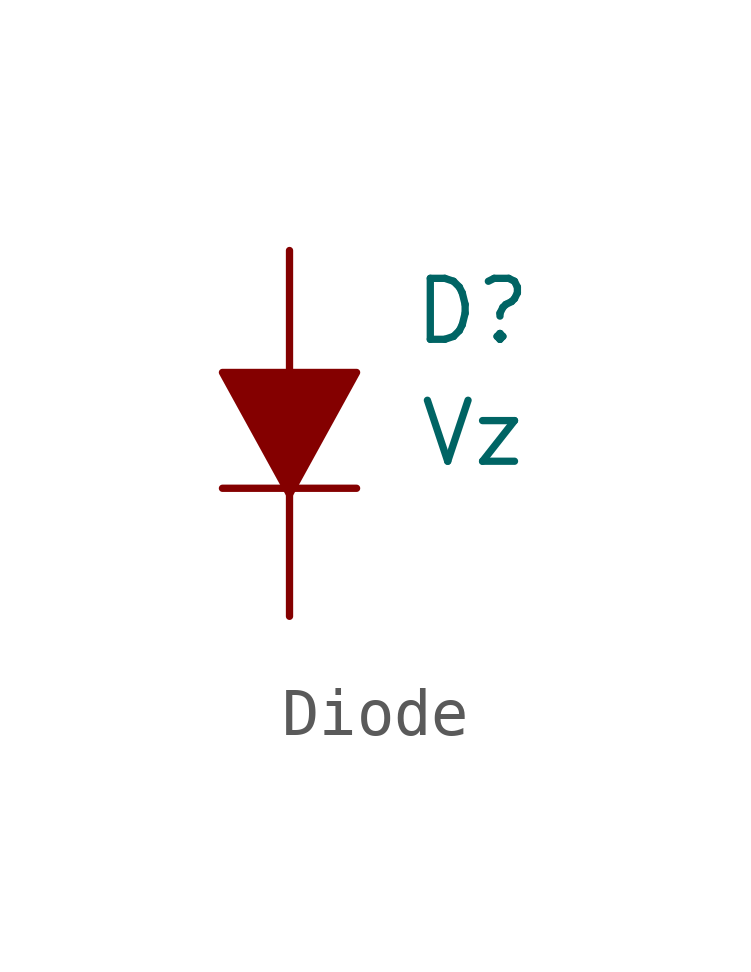
<source format=kicad_sym>
(kicad_symbol_lib
  (version 20231120)
  (generator "kicad_symbol_editor")
  (generator_version "8.0")
  (symbol "Diode"
    (pin_numbers hide)
    (pin_names hide)
    (property "Reference" "D"
      (at 3.81 -1.27 0)
      (effects (font (size 1.27 1.27))))
    (property "Value" "Vz"
      (at 3.81 -3.81 0)
      (effects (font (size 1.27 1.27))))
    (symbol "Diode_0_1"
      (polyline (pts (xy -1.397 -4.953) (xy 1.397 -4.953) (xy 1.397 -4.953)) (stroke (width 0) (type default)) (fill (type none))))
    (symbol "Diode_1_1"
      (polyline (pts (xy -1.397 -2.54) (xy 1.397 -2.54) (xy 0 -5.08) (xy -1.397 -2.54)) (stroke (width 0) (type default)) (fill (type outline)))
      (pin passive line (at 0 0 270) (length 2.54) (name "1" (effects (font (size 1.27 1.27)))) (number "1" (effects (font (size 1.27 1.27)))))
      (pin passive line (at 0 -7.62 90) (length 2.54) (name "2" (effects (font (size 1.27 1.27)))) (number "2" (effects (font (size 1.27 1.27))))))))
</source>
